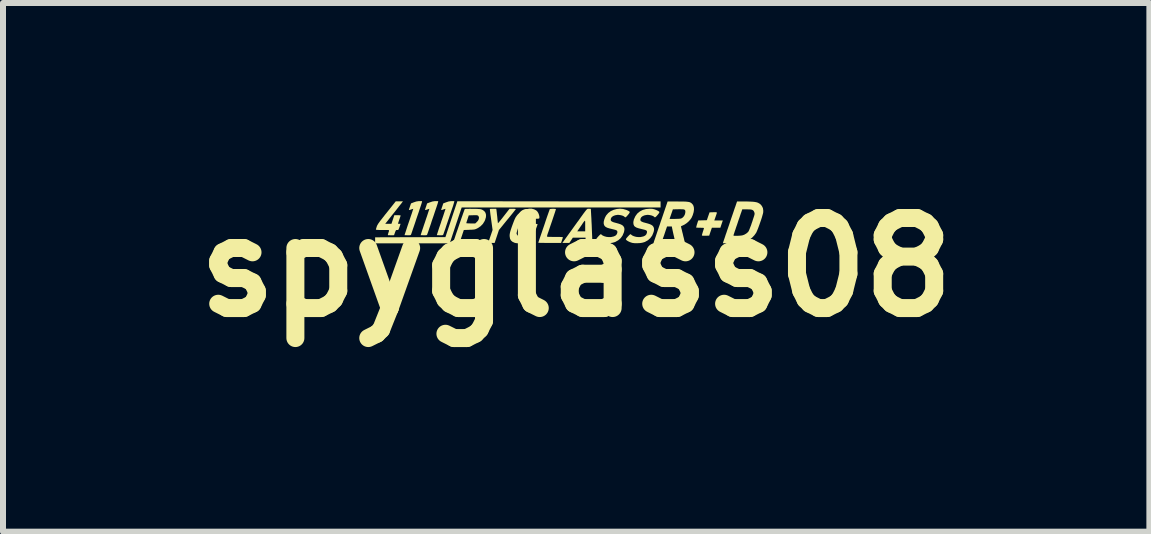
<source format=kicad_pcb>
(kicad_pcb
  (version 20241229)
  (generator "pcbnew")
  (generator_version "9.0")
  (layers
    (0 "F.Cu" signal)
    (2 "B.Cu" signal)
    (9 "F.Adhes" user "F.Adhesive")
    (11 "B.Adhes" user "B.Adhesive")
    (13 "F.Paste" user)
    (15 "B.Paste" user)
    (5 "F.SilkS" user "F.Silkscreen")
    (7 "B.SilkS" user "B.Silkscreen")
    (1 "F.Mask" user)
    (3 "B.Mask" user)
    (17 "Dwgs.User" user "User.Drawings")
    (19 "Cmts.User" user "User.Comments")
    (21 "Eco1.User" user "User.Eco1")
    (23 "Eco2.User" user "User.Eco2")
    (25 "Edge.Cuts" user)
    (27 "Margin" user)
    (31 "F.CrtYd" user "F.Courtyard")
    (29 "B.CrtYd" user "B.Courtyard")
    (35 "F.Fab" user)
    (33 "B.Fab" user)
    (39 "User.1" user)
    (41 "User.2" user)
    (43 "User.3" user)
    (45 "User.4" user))
  (footprint "spyglass08"
    (layer "F.Cu")
    (at 6.55 1.404)
    (property "Reference" "spyglass08" (at 0 0 0) (layer "F.SilkS") (effects (font (size 1.5 1.5) (thickness 0.3))))
    (attr board_only exclude_from_pos_files exclude_from_bom)
    (fp_poly (pts (xy -0.287 -1.099) (xy 1.406 -1.098) (xy 1.406 -1.047) (xy 1.406 -0.997) (xy -0.251 -0.997) (xy -1.908 -0.997) (xy -2.008 -0.699) (xy -2.107 -0.4) (xy -2.729 -0.4) (xy -3.35 -0.4) (xy -3.35 -0.45) (xy -3.35 -0.5) (xy -2.765 -0.502) (xy -2.179 -0.503) (xy -2.08 -0.802) (xy -1.98 -1.101)) (stroke (width 0) (type solid)) (fill yes) (layer "F.SilkS"))
    (fp_poly (pts (xy -1.328 -0.955) (xy -1.327 -0.942) (xy -1.324 -0.919) (xy -1.321 -0.889) (xy -1.317 -0.855) (xy -1.315 -0.838) (xy -1.312 -0.804) (xy -1.309 -0.775) (xy -1.306 -0.752) (xy -1.305 -0.738) (xy -1.304 -0.735) (xy -1.3 -0.738) (xy -1.289 -0.75) (xy -1.273 -0.769) (xy -1.252 -0.795) (xy -1.228 -0.825) (xy -1.207 -0.852) (xy -1.111 -0.975) (xy -1.058 -0.975) (xy -1.035 -0.975) (xy -1.017 -0.973) (xy -1.007 -0.971) (xy -1.006 -0.97) (xy -1.01 -0.964) (xy -1.021 -0.95) (xy -1.038 -0.928) (xy -1.06 -0.9) (xy -1.087 -0.867) (xy -1.117 -0.83) (xy -1.147 -0.794) (xy -1.287 -0.622) (xy -1.323 -0.514) (xy -1.359 -0.406) (xy -1.413 -0.406) (xy -1.467 -0.406) (xy -1.43 -0.514) (xy -1.393 -0.622) (xy -1.417 -0.796) (xy -1.423 -0.841) (xy -1.429 -0.882) (xy -1.433 -0.917) (xy -1.436 -0.945) (xy -1.438 -0.964) (xy -1.438 -0.972) (xy -1.438 -0.972) (xy -1.431 -0.974) (xy -1.415 -0.975) (xy -1.392 -0.975) (xy -1.384 -0.975) (xy -1.332 -0.975)) (stroke (width 0) (type solid)) (fill yes) (layer "F.SilkS"))
    (fp_poly (pts (xy 2.33 -0.918) (xy 2.34 -0.916) (xy 2.343 -0.912) (xy 2.344 -0.91) (xy 2.342 -0.9) (xy 2.336 -0.882) (xy 2.328 -0.858) (xy 2.322 -0.841) (xy 2.301 -0.781) (xy 2.372 -0.781) (xy 2.443 -0.781) (xy 2.422 -0.72) (xy 2.402 -0.66) (xy 2.331 -0.66) (xy 2.261 -0.66) (xy 2.238 -0.594) (xy 2.216 -0.528) (xy 2.155 -0.526) (xy 2.126 -0.526) (xy 2.107 -0.527) (xy 2.097 -0.529) (xy 2.094 -0.533) (xy 2.094 -0.533) (xy 2.096 -0.542) (xy 2.101 -0.56) (xy 2.108 -0.584) (xy 2.112 -0.597) (xy 2.12 -0.621) (xy 2.126 -0.641) (xy 2.128 -0.653) (xy 2.128 -0.656) (xy 2.12 -0.657) (xy 2.103 -0.659) (xy 2.079 -0.659) (xy 2.062 -0.66) (xy 2.036 -0.66) (xy 2.015 -0.661) (xy 2.001 -0.662) (xy 1.998 -0.663) (xy 2 -0.67) (xy 2.004 -0.686) (xy 2.01 -0.709) (xy 2.015 -0.724) (xy 2.033 -0.781) (xy 2.105 -0.783) (xy 2.177 -0.785) (xy 2.199 -0.85) (xy 2.222 -0.916) (xy 2.283 -0.918) (xy 2.311 -0.918)) (stroke (width 0) (type solid)) (fill yes) (layer "F.SilkS"))
    (fp_poly (pts (xy -2.576 -1.103) (xy -2.568 -1.102) (xy -2.568 -1.102) (xy -2.568 -1.096) (xy -2.572 -1.08) (xy -2.579 -1.056) (xy -2.589 -1.026) (xy -2.598 -0.999) (xy -2.61 -0.964) (xy -2.624 -0.92) (xy -2.641 -0.871) (xy -2.659 -0.819) (xy -2.676 -0.767) (xy -2.688 -0.731) (xy -2.703 -0.687) (xy -2.717 -0.647) (xy -2.729 -0.611) (xy -2.739 -0.582) (xy -2.746 -0.561) (xy -2.75 -0.55) (xy -2.75 -0.55) (xy -2.754 -0.542) (xy -2.76 -0.537) (xy -2.77 -0.535) (xy -2.789 -0.534) (xy -2.807 -0.534) (xy -2.831 -0.535) (xy -2.849 -0.535) (xy -2.859 -0.536) (xy -2.859 -0.537) (xy -2.858 -0.543) (xy -2.853 -0.559) (xy -2.844 -0.585) (xy -2.833 -0.619) (xy -2.82 -0.659) (xy -2.805 -0.705) (xy -2.788 -0.754) (xy -2.787 -0.757) (xy -2.77 -0.806) (xy -2.755 -0.852) (xy -2.741 -0.892) (xy -2.73 -0.926) (xy -2.722 -0.952) (xy -2.716 -0.969) (xy -2.715 -0.975) (xy -2.715 -0.975) (xy -2.721 -0.973) (xy -2.736 -0.969) (xy -2.752 -0.963) (xy -2.771 -0.957) (xy -2.784 -0.955) (xy -2.788 -0.956) (xy -2.786 -0.963) (xy -2.781 -0.98) (xy -2.773 -1.002) (xy -2.77 -1.012) (xy -2.752 -1.065) (xy -2.706 -1.083) (xy -2.664 -1.097) (xy -2.624 -1.103) (xy -2.616 -1.103) (xy -2.593 -1.103)) (stroke (width 0) (type solid)) (fill yes) (layer "F.SilkS"))
    (fp_poly (pts (xy -2.307 -1.103) (xy -2.299 -1.102) (xy -2.299 -1.102) (xy -2.299 -1.096) (xy -2.303 -1.08) (xy -2.31 -1.056) (xy -2.32 -1.026) (xy -2.329 -0.999) (xy -2.341 -0.964) (xy -2.356 -0.92) (xy -2.372 -0.871) (xy -2.39 -0.819) (xy -2.408 -0.767) (xy -2.419 -0.731) (xy -2.434 -0.687) (xy -2.448 -0.647) (xy -2.46 -0.611) (xy -2.47 -0.582) (xy -2.478 -0.561) (xy -2.481 -0.55) (xy -2.482 -0.55) (xy -2.485 -0.542) (xy -2.491 -0.537) (xy -2.502 -0.535) (xy -2.52 -0.534) (xy -2.538 -0.534) (xy -2.562 -0.535) (xy -2.58 -0.535) (xy -2.59 -0.536) (xy -2.591 -0.537) (xy -2.589 -0.543) (xy -2.584 -0.559) (xy -2.576 -0.585) (xy -2.565 -0.619) (xy -2.551 -0.659) (xy -2.536 -0.705) (xy -2.519 -0.754) (xy -2.518 -0.757) (xy -2.502 -0.806) (xy -2.486 -0.852) (xy -2.473 -0.892) (xy -2.462 -0.926) (xy -2.453 -0.952) (xy -2.448 -0.969) (xy -2.446 -0.975) (xy -2.446 -0.975) (xy -2.453 -0.973) (xy -2.467 -0.969) (xy -2.483 -0.963) (xy -2.502 -0.957) (xy -2.515 -0.955) (xy -2.519 -0.956) (xy -2.517 -0.963) (xy -2.512 -0.98) (xy -2.505 -1.002) (xy -2.501 -1.012) (xy -2.484 -1.065) (xy -2.437 -1.083) (xy -2.395 -1.097) (xy -2.356 -1.103) (xy -2.347 -1.103) (xy -2.325 -1.103)) (stroke (width 0) (type solid)) (fill yes) (layer "F.SilkS"))
    (fp_poly (pts (xy -2.039 -1.103) (xy -2.03 -1.102) (xy -2.03 -1.102) (xy -2.031 -1.096) (xy -2.035 -1.08) (xy -2.042 -1.056) (xy -2.051 -1.026) (xy -2.06 -0.999) (xy -2.072 -0.964) (xy -2.087 -0.92) (xy -2.104 -0.871) (xy -2.121 -0.819) (xy -2.139 -0.767) (xy -2.151 -0.731) (xy -2.166 -0.687) (xy -2.179 -0.647) (xy -2.192 -0.611) (xy -2.202 -0.582) (xy -2.209 -0.561) (xy -2.213 -0.55) (xy -2.213 -0.55) (xy -2.217 -0.542) (xy -2.222 -0.537) (xy -2.233 -0.535) (xy -2.251 -0.534) (xy -2.27 -0.534) (xy -2.293 -0.535) (xy -2.311 -0.535) (xy -2.321 -0.536) (xy -2.322 -0.537) (xy -2.32 -0.543) (xy -2.315 -0.559) (xy -2.307 -0.585) (xy -2.296 -0.619) (xy -2.283 -0.659) (xy -2.267 -0.705) (xy -2.25 -0.754) (xy -2.25 -0.757) (xy -2.233 -0.806) (xy -2.217 -0.852) (xy -2.204 -0.892) (xy -2.193 -0.926) (xy -2.184 -0.952) (xy -2.179 -0.969) (xy -2.177 -0.975) (xy -2.177 -0.975) (xy -2.184 -0.973) (xy -2.199 -0.969) (xy -2.215 -0.963) (xy -2.233 -0.957) (xy -2.246 -0.955) (xy -2.25 -0.956) (xy -2.248 -0.963) (xy -2.243 -0.98) (xy -2.236 -1.002) (xy -2.232 -1.012) (xy -2.215 -1.065) (xy -2.168 -1.083) (xy -2.127 -1.097) (xy -2.087 -1.103) (xy -2.078 -1.103) (xy -2.056 -1.103)) (stroke (width 0) (type solid)) (fill yes) (layer "F.SilkS"))
    (fp_poly (pts (xy 0.208 -0.975) (xy 0.213 -0.975) (xy 0.231 -0.975) (xy 0.242 -0.974) (xy 0.244 -0.974) (xy 0.245 -0.96) (xy 0.246 -0.936) (xy 0.248 -0.902) (xy 0.25 -0.862) (xy 0.253 -0.815) (xy 0.255 -0.765) (xy 0.258 -0.713) (xy 0.26 -0.66) (xy 0.262 -0.609) (xy 0.264 -0.56) (xy 0.266 -0.516) (xy 0.267 -0.479) (xy 0.268 -0.45) (xy 0.269 -0.431) (xy 0.269 -0.428) (xy 0.269 -0.406) (xy 0.212 -0.406) (xy 0.156 -0.406) (xy 0.156 -0.45) (xy 0.156 -0.494) (xy 0.05 -0.494) (xy -0.056 -0.494) (xy -0.085 -0.45) (xy -0.114 -0.406) (xy -0.173 -0.406) (xy -0.231 -0.406) (xy -0.149 -0.52) (xy -0.122 -0.558) (xy -0.091 -0.6) (xy 0.018 -0.6) (xy 0.084 -0.6) (xy 0.15 -0.6) (xy 0.15 -0.695) (xy 0.15 -0.728) (xy 0.15 -0.753) (xy 0.149 -0.769) (xy 0.146 -0.776) (xy 0.14 -0.774) (xy 0.13 -0.762) (xy 0.114 -0.741) (xy 0.094 -0.71) (xy 0.073 -0.68) (xy 0.018 -0.6) (xy -0.091 -0.6) (xy -0.089 -0.603) (xy -0.054 -0.652) (xy -0.018 -0.702) (xy 0.017 -0.751) (xy 0.04 -0.781) (xy 0.075 -0.831) (xy 0.104 -0.871) (xy 0.127 -0.903) (xy 0.146 -0.928) (xy 0.16 -0.946) (xy 0.171 -0.959) (xy 0.18 -0.968) (xy 0.187 -0.973) (xy 0.194 -0.975) (xy 0.2 -0.976)) (stroke (width 0) (type solid)) (fill yes) (layer "F.SilkS"))
    (fp_poly (pts (xy -0.375 -0.975) (xy -0.356 -0.974) (xy -0.342 -0.972) (xy -0.338 -0.969) (xy -0.339 -0.962) (xy -0.345 -0.945) (xy -0.353 -0.919) (xy -0.364 -0.886) (xy -0.377 -0.847) (xy -0.391 -0.805) (xy -0.406 -0.76) (xy -0.422 -0.714) (xy -0.437 -0.67) (xy -0.451 -0.628) (xy -0.464 -0.59) (xy -0.468 -0.579) (xy -0.477 -0.554) (xy -0.483 -0.532) (xy -0.487 -0.518) (xy -0.487 -0.515) (xy -0.485 -0.512) (xy -0.478 -0.51) (xy -0.463 -0.508) (xy -0.441 -0.507) (xy -0.409 -0.507) (xy -0.367 -0.506) (xy -0.353 -0.506) (xy -0.307 -0.506) (xy -0.272 -0.506) (xy -0.247 -0.505) (xy -0.231 -0.503) (xy -0.223 -0.501) (xy -0.221 -0.499) (xy -0.221 -0.499) (xy -0.224 -0.489) (xy -0.231 -0.471) (xy -0.238 -0.449) (xy -0.238 -0.449) (xy -0.252 -0.406) (xy -0.442 -0.406) (xy -0.489 -0.406) (xy -0.532 -0.407) (xy -0.569 -0.407) (xy -0.599 -0.408) (xy -0.62 -0.409) (xy -0.63 -0.409) (xy -0.631 -0.41) (xy -0.629 -0.416) (xy -0.624 -0.434) (xy -0.615 -0.46) (xy -0.604 -0.493) (xy -0.59 -0.533) (xy -0.575 -0.577) (xy -0.559 -0.625) (xy -0.542 -0.674) (xy -0.525 -0.724) (xy -0.509 -0.773) (xy -0.493 -0.82) (xy -0.478 -0.863) (xy -0.465 -0.9) (xy -0.454 -0.931) (xy -0.446 -0.953) (xy -0.442 -0.967) (xy -0.441 -0.969) (xy -0.433 -0.972) (xy -0.417 -0.974) (xy -0.397 -0.975)) (stroke (width 0) (type solid)) (fill yes) (layer "F.SilkS"))
    (fp_poly (pts (xy -2.904 -1.077) (xy -2.913 -1.064) (xy -2.931 -1.042) (xy -2.955 -1.012) (xy -2.985 -0.973) (xy -3.022 -0.926) (xy -3.065 -0.873) (xy -3.113 -0.812) (xy -3.148 -0.767) (xy -3.182 -0.725) (xy -3.13 -0.725) (xy -3.078 -0.725) (xy -3.054 -0.797) (xy -3.03 -0.869) (xy -2.978 -0.869) (xy -2.954 -0.868) (xy -2.936 -0.867) (xy -2.926 -0.865) (xy -2.925 -0.864) (xy -2.927 -0.856) (xy -2.932 -0.839) (xy -2.94 -0.816) (xy -2.947 -0.795) (xy -2.956 -0.769) (xy -2.963 -0.747) (xy -2.968 -0.733) (xy -2.969 -0.728) (xy -2.963 -0.726) (xy -2.95 -0.725) (xy -2.947 -0.725) (xy -2.926 -0.725) (xy -2.94 -0.683) (xy -2.95 -0.655) (xy -2.957 -0.637) (xy -2.962 -0.627) (xy -2.968 -0.622) (xy -2.974 -0.622) (xy -2.982 -0.622) (xy -2.993 -0.622) (xy -3.001 -0.619) (xy -3.007 -0.611) (xy -3.014 -0.594) (xy -3.022 -0.572) (xy -3.035 -0.535) (xy -3.083 -0.534) (xy -3.106 -0.535) (xy -3.125 -0.535) (xy -3.136 -0.536) (xy -3.136 -0.536) (xy -3.138 -0.543) (xy -3.134 -0.559) (xy -3.128 -0.578) (xy -3.12 -0.601) (xy -3.118 -0.615) (xy -3.121 -0.62) (xy -3.121 -0.62) (xy -3.129 -0.621) (xy -3.148 -0.622) (xy -3.175 -0.622) (xy -3.207 -0.622) (xy -3.233 -0.622) (xy -3.271 -0.622) (xy -3.301 -0.623) (xy -3.324 -0.625) (xy -3.336 -0.627) (xy -3.337 -0.628) (xy -3.336 -0.636) (xy -3.331 -0.653) (xy -3.324 -0.675) (xy -3.324 -0.676) (xy -3.32 -0.687) (xy -3.315 -0.699) (xy -3.307 -0.712) (xy -3.298 -0.728) (xy -3.284 -0.747) (xy -3.267 -0.771) (xy -3.244 -0.8) (xy -3.216 -0.836) (xy -3.181 -0.881) (xy -3.158 -0.909) (xy -3.006 -1.1) (xy -2.946 -1.1) (xy -2.886 -1.1)) (stroke (width 0) (type solid)) (fill yes) (layer "F.SilkS"))
    (fp_poly (pts (xy -1.732 -0.974) (xy -1.721 -0.974) (xy -1.677 -0.974) (xy -1.644 -0.973) (xy -1.619 -0.971) (xy -1.6 -0.97) (xy -1.587 -0.967) (xy -1.576 -0.964) (xy -1.565 -0.959) (xy -1.559 -0.956) (xy -1.53 -0.935) (xy -1.511 -0.908) (xy -1.502 -0.874) (xy -1.504 -0.835) (xy -1.517 -0.791) (xy -1.526 -0.77) (xy -1.555 -0.723) (xy -1.594 -0.684) (xy -1.642 -0.652) (xy -1.648 -0.649) (xy -1.665 -0.641) (xy -1.68 -0.635) (xy -1.695 -0.631) (xy -1.713 -0.629) (xy -1.737 -0.627) (xy -1.771 -0.626) (xy -1.781 -0.625) (xy -1.872 -0.622) (xy -1.908 -0.514) (xy -1.945 -0.406) (xy -1.997 -0.406) (xy -2.021 -0.407) (xy -2.04 -0.408) (xy -2.049 -0.409) (xy -2.05 -0.409) (xy -2.048 -0.417) (xy -2.042 -0.434) (xy -2.034 -0.461) (xy -2.022 -0.495) (xy -2.009 -0.535) (xy -1.994 -0.579) (xy -1.977 -0.627) (xy -1.96 -0.677) (xy -1.943 -0.727) (xy -1.94 -0.736) (xy -1.831 -0.736) (xy -1.825 -0.734) (xy -1.809 -0.733) (xy -1.786 -0.732) (xy -1.757 -0.731) (xy -1.756 -0.731) (xy -1.682 -0.731) (xy -1.659 -0.752) (xy -1.637 -0.776) (xy -1.624 -0.801) (xy -1.619 -0.826) (xy -1.625 -0.847) (xy -1.631 -0.857) (xy -1.638 -0.862) (xy -1.646 -0.866) (xy -1.659 -0.868) (xy -1.678 -0.868) (xy -1.706 -0.868) (xy -1.717 -0.868) (xy -1.79 -0.866) (xy -1.81 -0.804) (xy -1.819 -0.777) (xy -1.826 -0.756) (xy -1.83 -0.741) (xy -1.831 -0.736) (xy -1.94 -0.736) (xy -1.926 -0.776) (xy -1.91 -0.823) (xy -1.895 -0.865) (xy -1.882 -0.903) (xy -1.871 -0.933) (xy -1.863 -0.956) (xy -1.858 -0.968) (xy -1.857 -0.971) (xy -1.849 -0.973) (xy -1.831 -0.974) (xy -1.804 -0.974) (xy -1.771 -0.975)) (stroke (width 0) (type solid)) (fill yes) (layer "F.SilkS"))
    (fp_poly (pts (xy 1.265 -0.975) (xy 1.299 -0.968) (xy 1.334 -0.955) (xy 1.347 -0.949) (xy 1.37 -0.937) (xy 1.383 -0.927) (xy 1.386 -0.917) (xy 1.381 -0.905) (xy 1.367 -0.886) (xy 1.358 -0.875) (xy 1.338 -0.852) (xy 1.324 -0.839) (xy 1.314 -0.833) (xy 1.307 -0.834) (xy 1.3 -0.841) (xy 1.284 -0.853) (xy 1.259 -0.863) (xy 1.23 -0.87) (xy 1.199 -0.874) (xy 1.181 -0.874) (xy 1.141 -0.867) (xy 1.109 -0.854) (xy 1.085 -0.836) (xy 1.072 -0.812) (xy 1.069 -0.793) (xy 1.071 -0.781) (xy 1.078 -0.77) (xy 1.093 -0.761) (xy 1.116 -0.751) (xy 1.149 -0.742) (xy 1.16 -0.739) (xy 1.2 -0.728) (xy 1.23 -0.718) (xy 1.251 -0.708) (xy 1.267 -0.698) (xy 1.279 -0.686) (xy 1.281 -0.684) (xy 1.293 -0.661) (xy 1.298 -0.636) (xy 1.294 -0.604) (xy 1.288 -0.583) (xy 1.267 -0.531) (xy 1.235 -0.487) (xy 1.195 -0.451) (xy 1.145 -0.423) (xy 1.133 -0.419) (xy 1.101 -0.41) (xy 1.062 -0.404) (xy 1.019 -0.402) (xy 0.977 -0.402) (xy 0.941 -0.406) (xy 0.925 -0.41) (xy 0.896 -0.42) (xy 0.868 -0.433) (xy 0.845 -0.447) (xy 0.832 -0.459) (xy 0.828 -0.467) (xy 0.831 -0.476) (xy 0.841 -0.49) (xy 0.843 -0.492) (xy 0.86 -0.512) (xy 0.879 -0.532) (xy 0.883 -0.536) (xy 0.896 -0.548) (xy 0.904 -0.552) (xy 0.91 -0.55) (xy 0.913 -0.547) (xy 0.933 -0.531) (xy 0.962 -0.518) (xy 0.997 -0.508) (xy 1.034 -0.504) (xy 1.071 -0.504) (xy 1.08 -0.506) (xy 1.12 -0.515) (xy 1.149 -0.529) (xy 1.168 -0.549) (xy 1.178 -0.574) (xy 1.179 -0.58) (xy 1.18 -0.595) (xy 1.176 -0.607) (xy 1.165 -0.616) (xy 1.147 -0.624) (xy 1.119 -0.631) (xy 1.09 -0.638) (xy 1.041 -0.65) (xy 1.003 -0.663) (xy 0.977 -0.679) (xy 0.965 -0.692) (xy 0.954 -0.719) (xy 0.952 -0.754) (xy 0.96 -0.793) (xy 0.962 -0.8) (xy 0.986 -0.852) (xy 1.018 -0.896) (xy 1.059 -0.93) (xy 1.108 -0.956) (xy 1.163 -0.971) (xy 1.225 -0.976)) (stroke (width 0) (type solid)) (fill yes) (layer "F.SilkS"))
    (fp_poly (pts (xy 0.783 -0.972) (xy 0.834 -0.957) (xy 0.842 -0.954) (xy 0.869 -0.941) (xy 0.886 -0.931) (xy 0.892 -0.921) (xy 0.889 -0.909) (xy 0.878 -0.892) (xy 0.864 -0.875) (xy 0.844 -0.852) (xy 0.831 -0.839) (xy 0.821 -0.833) (xy 0.813 -0.834) (xy 0.806 -0.841) (xy 0.79 -0.853) (xy 0.766 -0.863) (xy 0.736 -0.87) (xy 0.705 -0.874) (xy 0.687 -0.874) (xy 0.647 -0.867) (xy 0.615 -0.854) (xy 0.591 -0.836) (xy 0.578 -0.812) (xy 0.575 -0.793) (xy 0.577 -0.781) (xy 0.585 -0.77) (xy 0.599 -0.761) (xy 0.622 -0.751) (xy 0.655 -0.742) (xy 0.666 -0.739) (xy 0.706 -0.728) (xy 0.736 -0.718) (xy 0.757 -0.708) (xy 0.773 -0.698) (xy 0.785 -0.686) (xy 0.787 -0.684) (xy 0.8 -0.661) (xy 0.804 -0.636) (xy 0.8 -0.604) (xy 0.795 -0.583) (xy 0.773 -0.531) (xy 0.742 -0.487) (xy 0.701 -0.451) (xy 0.651 -0.423) (xy 0.639 -0.419) (xy 0.608 -0.41) (xy 0.568 -0.404) (xy 0.526 -0.402) (xy 0.484 -0.402) (xy 0.447 -0.406) (xy 0.431 -0.41) (xy 0.403 -0.42) (xy 0.375 -0.433) (xy 0.351 -0.447) (xy 0.338 -0.459) (xy 0.334 -0.467) (xy 0.337 -0.476) (xy 0.347 -0.49) (xy 0.349 -0.492) (xy 0.366 -0.512) (xy 0.385 -0.532) (xy 0.389 -0.536) (xy 0.402 -0.548) (xy 0.41 -0.552) (xy 0.416 -0.55) (xy 0.419 -0.547) (xy 0.439 -0.531) (xy 0.468 -0.518) (xy 0.503 -0.508) (xy 0.54 -0.504) (xy 0.577 -0.504) (xy 0.587 -0.506) (xy 0.627 -0.515) (xy 0.656 -0.529) (xy 0.675 -0.549) (xy 0.685 -0.574) (xy 0.686 -0.58) (xy 0.686 -0.595) (xy 0.682 -0.607) (xy 0.672 -0.616) (xy 0.653 -0.624) (xy 0.626 -0.631) (xy 0.597 -0.638) (xy 0.551 -0.649) (xy 0.516 -0.66) (xy 0.49 -0.674) (xy 0.473 -0.69) (xy 0.463 -0.71) (xy 0.458 -0.733) (xy 0.459 -0.76) (xy 0.467 -0.793) (xy 0.479 -0.827) (xy 0.496 -0.859) (xy 0.501 -0.867) (xy 0.534 -0.905) (xy 0.576 -0.936) (xy 0.624 -0.958) (xy 0.676 -0.972) (xy 0.73 -0.977)) (stroke (width 0) (type solid)) (fill yes) (layer "F.SilkS"))
    (fp_poly (pts (xy 1.691 -1.097) (xy 1.747 -1.096) (xy 1.791 -1.096) (xy 1.827 -1.095) (xy 1.854 -1.092) (xy 1.875 -1.089) (xy 1.892 -1.085) (xy 1.905 -1.079) (xy 1.917 -1.071) (xy 1.926 -1.064) (xy 1.948 -1.038) (xy 1.96 -1.004) (xy 1.963 -0.965) (xy 1.957 -0.92) (xy 1.942 -0.87) (xy 1.922 -0.825) (xy 1.901 -0.795) (xy 1.872 -0.763) (xy 1.839 -0.735) (xy 1.803 -0.711) (xy 1.77 -0.695) (xy 1.767 -0.694) (xy 1.751 -0.687) (xy 1.746 -0.68) (xy 1.746 -0.676) (xy 1.749 -0.667) (xy 1.753 -0.649) (xy 1.76 -0.623) (xy 1.767 -0.591) (xy 1.776 -0.557) (xy 1.784 -0.521) (xy 1.793 -0.487) (xy 1.8 -0.456) (xy 1.806 -0.43) (xy 1.811 -0.411) (xy 1.812 -0.403) (xy 1.812 -0.402) (xy 1.807 -0.401) (xy 1.791 -0.401) (xy 1.767 -0.401) (xy 1.738 -0.401) (xy 1.733 -0.401) (xy 1.654 -0.403) (xy 1.631 -0.506) (xy 1.622 -0.544) (xy 1.614 -0.58) (xy 1.607 -0.612) (xy 1.602 -0.636) (xy 1.6 -0.645) (xy 1.593 -0.681) (xy 1.553 -0.681) (xy 1.514 -0.681) (xy 1.492 -0.617) (xy 1.481 -0.584) (xy 1.468 -0.545) (xy 1.454 -0.505) (xy 1.444 -0.477) (xy 1.417 -0.4) (xy 1.352 -0.4) (xy 1.323 -0.4) (xy 1.304 -0.401) (xy 1.294 -0.402) (xy 1.29 -0.405) (xy 1.29 -0.41) (xy 1.291 -0.414) (xy 1.294 -0.423) (xy 1.3 -0.442) (xy 1.31 -0.47) (xy 1.323 -0.508) (xy 1.338 -0.552) (xy 1.355 -0.603) (xy 1.374 -0.659) (xy 1.395 -0.719) (xy 1.409 -0.763) (xy 1.425 -0.808) (xy 1.557 -0.808) (xy 1.562 -0.807) (xy 1.577 -0.806) (xy 1.6 -0.806) (xy 1.628 -0.806) (xy 1.657 -0.807) (xy 1.687 -0.808) (xy 1.713 -0.809) (xy 1.734 -0.811) (xy 1.746 -0.813) (xy 1.748 -0.813) (xy 1.776 -0.83) (xy 1.798 -0.856) (xy 1.813 -0.887) (xy 1.819 -0.921) (xy 1.819 -0.921) (xy 1.818 -0.938) (xy 1.815 -0.951) (xy 1.807 -0.959) (xy 1.794 -0.965) (xy 1.773 -0.967) (xy 1.742 -0.968) (xy 1.703 -0.968) (xy 1.611 -0.966) (xy 1.584 -0.888) (xy 1.574 -0.859) (xy 1.565 -0.834) (xy 1.559 -0.817) (xy 1.557 -0.808) (xy 1.557 -0.808) (xy 1.425 -0.808) (xy 1.523 -1.097)) (stroke (width 0) (type solid)) (fill yes) (layer "F.SilkS"))
    (fp_poly (pts (xy -0.741 -0.977) (xy -0.702 -0.967) (xy -0.667 -0.949) (xy -0.647 -0.93) (xy -0.631 -0.904) (xy -0.619 -0.873) (xy -0.613 -0.843) (xy -0.613 -0.825) (xy -0.615 -0.818) (xy -0.619 -0.813) (xy -0.627 -0.811) (xy -0.643 -0.81) (xy -0.669 -0.809) (xy -0.673 -0.809) (xy -0.7 -0.809) (xy -0.717 -0.81) (xy -0.726 -0.812) (xy -0.731 -0.816) (xy -0.733 -0.823) (xy -0.733 -0.825) (xy -0.743 -0.844) (xy -0.763 -0.857) (xy -0.79 -0.865) (xy -0.797 -0.866) (xy -0.828 -0.863) (xy -0.859 -0.851) (xy -0.888 -0.831) (xy -0.906 -0.811) (xy -0.914 -0.798) (xy -0.924 -0.775) (xy -0.936 -0.746) (xy -0.948 -0.712) (xy -0.961 -0.677) (xy -0.973 -0.642) (xy -0.983 -0.611) (xy -0.99 -0.585) (xy -0.993 -0.568) (xy -0.994 -0.564) (xy -0.989 -0.55) (xy -0.979 -0.535) (xy -0.975 -0.531) (xy -0.963 -0.52) (xy -0.949 -0.514) (xy -0.93 -0.513) (xy -0.923 -0.513) (xy -0.893 -0.514) (xy -0.869 -0.521) (xy -0.848 -0.533) (xy -0.835 -0.544) (xy -0.821 -0.559) (xy -0.807 -0.578) (xy -0.795 -0.596) (xy -0.788 -0.611) (xy -0.787 -0.616) (xy -0.793 -0.617) (xy -0.808 -0.618) (xy -0.828 -0.619) (xy -0.849 -0.62) (xy -0.863 -0.621) (xy -0.869 -0.624) (xy -0.867 -0.631) (xy -0.862 -0.648) (xy -0.855 -0.67) (xy -0.853 -0.677) (xy -0.836 -0.725) (xy -0.74 -0.725) (xy -0.707 -0.725) (xy -0.679 -0.724) (xy -0.658 -0.723) (xy -0.646 -0.721) (xy -0.644 -0.72) (xy -0.646 -0.709) (xy -0.652 -0.69) (xy -0.661 -0.665) (xy -0.671 -0.636) (xy -0.682 -0.608) (xy -0.692 -0.583) (xy -0.701 -0.563) (xy -0.704 -0.555) (xy -0.738 -0.505) (xy -0.78 -0.464) (xy -0.829 -0.431) (xy -0.876 -0.412) (xy -0.909 -0.405) (xy -0.946 -0.401) (xy -0.983 -0.401) (xy -1.015 -0.406) (xy -1.026 -0.409) (xy -1.062 -0.426) (xy -1.087 -0.448) (xy -1.102 -0.476) (xy -1.108 -0.513) (xy -1.109 -0.528) (xy -1.108 -0.547) (xy -1.105 -0.567) (xy -1.1 -0.59) (xy -1.092 -0.618) (xy -1.08 -0.654) (xy -1.073 -0.675) (xy -1.054 -0.727) (xy -1.038 -0.769) (xy -1.024 -0.803) (xy -1.01 -0.831) (xy -0.995 -0.853) (xy -0.979 -0.874) (xy -0.96 -0.893) (xy -0.959 -0.894) (xy -0.918 -0.927) (xy -0.874 -0.952) (xy -0.829 -0.969) (xy -0.784 -0.977)) (stroke (width 0) (type solid)) (fill yes) (layer "F.SilkS"))
    (fp_poly (pts (xy 2.851 -1.097) (xy 2.902 -1.095) (xy 2.944 -1.093) (xy 2.977 -1.089) (xy 3.004 -1.084) (xy 3.026 -1.077) (xy 3.031 -1.075) (xy 3.067 -1.053) (xy 3.093 -1.023) (xy 3.111 -0.987) (xy 3.117 -0.945) (xy 3.116 -0.916) (xy 3.112 -0.896) (xy 3.104 -0.868) (xy 3.094 -0.832) (xy 3.081 -0.792) (xy 3.066 -0.749) (xy 3.051 -0.706) (xy 3.036 -0.665) (xy 3.022 -0.629) (xy 3.01 -0.6) (xy 3 -0.579) (xy 2.999 -0.576) (xy 2.968 -0.533) (xy 2.929 -0.492) (xy 2.886 -0.459) (xy 2.856 -0.441) (xy 2.829 -0.429) (xy 2.803 -0.419) (xy 2.776 -0.412) (xy 2.745 -0.407) (xy 2.71 -0.403) (xy 2.667 -0.401) (xy 2.615 -0.4) (xy 2.583 -0.4) (xy 2.543 -0.4) (xy 2.507 -0.401) (xy 2.478 -0.401) (xy 2.456 -0.401) (xy 2.445 -0.402) (xy 2.444 -0.402) (xy 2.446 -0.408) (xy 2.451 -0.425) (xy 2.46 -0.451) (xy 2.472 -0.486) (xy 2.486 -0.527) (xy 2.487 -0.533) (xy 2.621 -0.533) (xy 2.622 -0.528) (xy 2.63 -0.526) (xy 2.645 -0.525) (xy 2.67 -0.525) (xy 2.674 -0.525) (xy 2.704 -0.526) (xy 2.734 -0.528) (xy 2.758 -0.531) (xy 2.763 -0.531) (xy 2.799 -0.543) (xy 2.834 -0.563) (xy 2.862 -0.587) (xy 2.871 -0.599) (xy 2.878 -0.612) (xy 2.887 -0.634) (xy 2.899 -0.665) (xy 2.913 -0.7) (xy 2.926 -0.74) (xy 2.932 -0.756) (xy 2.946 -0.8) (xy 2.957 -0.833) (xy 2.965 -0.858) (xy 2.97 -0.876) (xy 2.972 -0.889) (xy 2.972 -0.899) (xy 2.971 -0.907) (xy 2.968 -0.915) (xy 2.968 -0.915) (xy 2.96 -0.934) (xy 2.949 -0.948) (xy 2.934 -0.957) (xy 2.913 -0.963) (xy 2.884 -0.965) (xy 2.846 -0.966) (xy 2.767 -0.966) (xy 2.75 -0.916) (xy 2.743 -0.898) (xy 2.734 -0.871) (xy 2.723 -0.837) (xy 2.709 -0.798) (xy 2.695 -0.756) (xy 2.681 -0.713) (xy 2.666 -0.671) (xy 2.653 -0.631) (xy 2.641 -0.597) (xy 2.632 -0.568) (xy 2.625 -0.548) (xy 2.622 -0.539) (xy 2.621 -0.533) (xy 2.487 -0.533) (xy 2.502 -0.574) (xy 2.519 -0.626) (xy 2.531 -0.66) (xy 2.551 -0.718) (xy 2.57 -0.776) (xy 2.589 -0.832) (xy 2.607 -0.884) (xy 2.623 -0.931) (xy 2.636 -0.97) (xy 2.646 -0.999) (xy 2.649 -1.006) (xy 2.68 -1.097) (xy 2.788 -1.097)) (stroke (width 0) (type solid)) (fill yes) (layer "F.SilkS")))
  (gr_rect
    (start -3 -3)
    (end 16.1 5.808)
    (stroke (width 0.1) (type default))
    (fill no)
    (layer "Edge.Cuts")))
</source>
